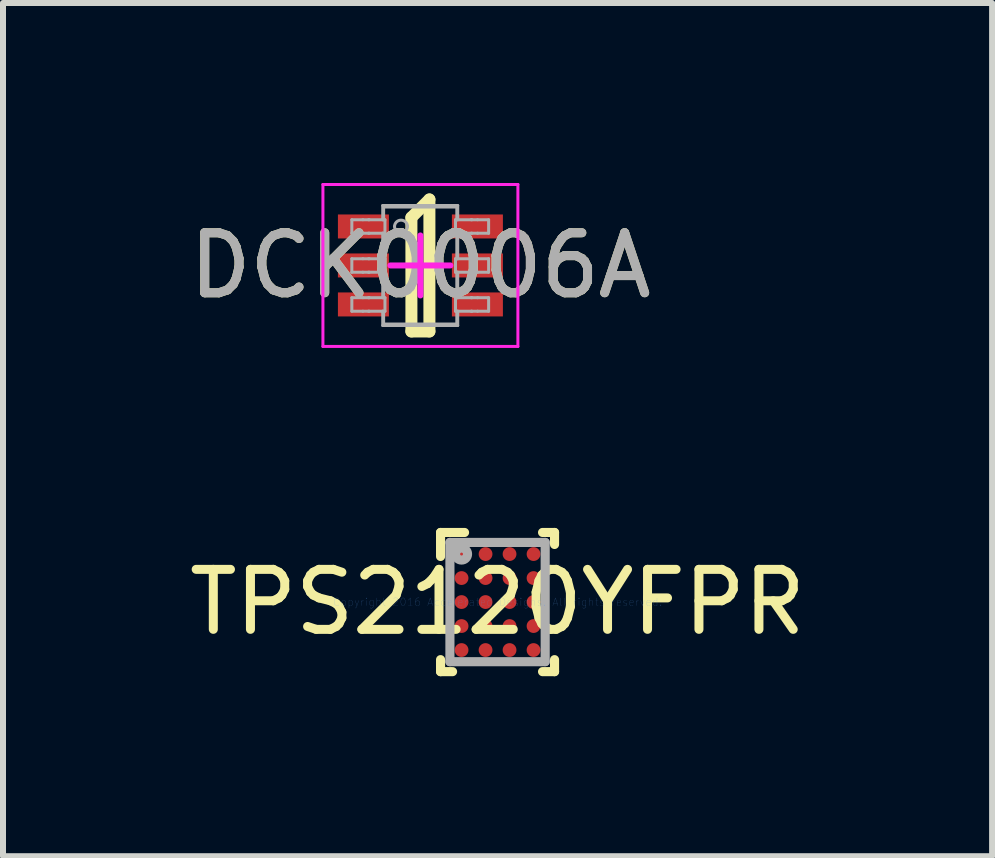
<source format=kicad_pcb>
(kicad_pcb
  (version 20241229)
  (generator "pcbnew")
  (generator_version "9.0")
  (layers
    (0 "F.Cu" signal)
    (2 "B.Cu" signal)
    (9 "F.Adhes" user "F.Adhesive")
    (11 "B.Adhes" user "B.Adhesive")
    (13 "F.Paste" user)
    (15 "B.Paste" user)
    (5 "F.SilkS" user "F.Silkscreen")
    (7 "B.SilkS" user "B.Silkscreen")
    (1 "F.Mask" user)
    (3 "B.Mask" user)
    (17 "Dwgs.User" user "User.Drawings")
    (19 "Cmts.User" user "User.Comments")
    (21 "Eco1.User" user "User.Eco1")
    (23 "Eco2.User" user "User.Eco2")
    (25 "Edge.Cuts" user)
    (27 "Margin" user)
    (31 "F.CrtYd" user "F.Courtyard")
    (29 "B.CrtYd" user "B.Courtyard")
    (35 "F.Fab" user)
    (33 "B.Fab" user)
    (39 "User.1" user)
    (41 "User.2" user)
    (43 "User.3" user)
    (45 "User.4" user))
  (footprint "TPS2120YFPR"
    (layer "F.Cu")
    (at 5.244 6.986)
    (property "Reference" "TPS2120YFPR" (at 0 0 0) (layer "F.SilkS") (effects (font (size 1 1) (thickness 0.15))))
    (attr through_hole)
    (fp_line (start -0.95 -1.16) (end -0.55 -1.16) (stroke (width 0.152) (type solid)) (layer "F.SilkS"))
    (fp_line (start -0.95 -0.76) (end -0.95 -1.16) (stroke (width 0.152) (type solid)) (layer "F.SilkS"))
    (fp_line (start -0.95 1.16) (end -0.95 0.96) (stroke (width 0.152) (type solid)) (layer "F.SilkS"))
    (fp_line (start -0.95 1.16) (end -0.75 1.16) (stroke (width 0.152) (type solid)) (layer "F.SilkS"))
    (fp_line (start 0.75 -1.16) (end 0.95 -1.16) (stroke (width 0.152) (type solid)) (layer "F.SilkS"))
    (fp_line (start 0.75 1.16) (end 0.95 1.16) (stroke (width 0.152) (type solid)) (layer "F.SilkS"))
    (fp_line (start 0.95 -0.96) (end 0.95 -1.16) (stroke (width 0.152) (type solid)) (layer "F.SilkS"))
    (fp_line (start 0.95 1.16) (end 0.95 0.96) (stroke (width 0.152) (type solid)) (layer "F.SilkS"))
    (fp_line (start -0.794 -0.994) (end 0.794 -0.994) (stroke (width 0.152) (type solid)) (layer "F.Fab"))
    (fp_line (start -0.794 0.994) (end -0.794 -0.994) (stroke (width 0.152) (type solid)) (layer "F.Fab"))
    (fp_line (start -0.794 0.994) (end 0.794 0.994) (stroke (width 0.152) (type solid)) (layer "F.Fab"))
    (fp_line (start 0.794 0.994) (end 0.794 -0.994) (stroke (width 0.152) (type solid)) (layer "F.Fab"))
    (fp_circle (center -0.6 -0.8) (end -0.5 -0.8) (stroke (width 0.152) (type solid)) (fill no) (layer "F.Fab"))
    (fp_text user "Copyright 2016 Accelerated Designs. All rights reserved." (at 0 0 0) (layer "Cmts.User") (effects (font (size 0.127 0.127) (thickness 0.002))))
    (pad "A1" smd circle (at -0.6 -0.8) (size 0.23 0.23) (layers "F.Cu" "F.Mask" "F.Paste"))
    (pad "A2" smd circle (at -0.2 -0.8) (size 0.23 0.23) (layers "F.Cu" "F.Mask" "F.Paste"))
    (pad "A3" smd circle (at 0.2 -0.8) (size 0.23 0.23) (layers "F.Cu" "F.Mask" "F.Paste"))
    (pad "A4" smd circle (at 0.6 -0.8) (size 0.23 0.23) (layers "F.Cu" "F.Mask" "F.Paste"))
    (pad "B1" smd circle (at -0.6 -0.4) (size 0.23 0.23) (layers "F.Cu" "F.Mask" "F.Paste"))
    (pad "B2" smd circle (at -0.2 -0.4) (size 0.23 0.23) (layers "F.Cu" "F.Mask" "F.Paste"))
    (pad "B3" smd circle (at 0.2 -0.4) (size 0.23 0.23) (layers "F.Cu" "F.Mask" "F.Paste"))
    (pad "B4" smd circle (at 0.6 -0.4) (size 0.23 0.23) (layers "F.Cu" "F.Mask" "F.Paste"))
    (pad "C1" smd circle (at -0.6 0) (size 0.23 0.23) (layers "F.Cu" "F.Mask" "F.Paste"))
    (pad "C2" smd circle (at -0.2 0) (size 0.23 0.23) (layers "F.Cu" "F.Mask" "F.Paste"))
    (pad "C3" smd circle (at 0.2 0) (size 0.23 0.23) (layers "F.Cu" "F.Mask" "F.Paste"))
    (pad "C4" smd circle (at 0.6 0) (size 0.23 0.23) (layers "F.Cu" "F.Mask" "F.Paste"))
    (pad "D1" smd circle (at -0.6 0.4) (size 0.23 0.23) (layers "F.Cu" "F.Mask" "F.Paste"))
    (pad "D2" smd circle (at -0.2 0.4) (size 0.23 0.23) (layers "F.Cu" "F.Mask" "F.Paste"))
    (pad "D3" smd circle (at 0.2 0.4) (size 0.23 0.23) (layers "F.Cu" "F.Mask" "F.Paste"))
    (pad "D4" smd circle (at 0.6 0.4) (size 0.23 0.23) (layers "F.Cu" "F.Mask" "F.Paste"))
    (pad "E1" smd circle (at -0.6 0.8) (size 0.23 0.23) (layers "F.Cu" "F.Mask" "F.Paste"))
    (pad "E2" smd circle (at -0.2 0.8) (size 0.23 0.23) (layers "F.Cu" "F.Mask" "F.Paste"))
    (pad "E3" smd circle (at 0.2 0.8) (size 0.23 0.23) (layers "F.Cu" "F.Mask" "F.Paste"))
    (pad "E4" smd circle (at 0.6 0.8) (size 0.23 0.23) (layers "F.Cu" "F.Mask" "F.Paste")))
  (footprint "DCK0006A"
    (layer "F.Cu")
    (at 3.958 1.375)
    (property "Reference" "DCK0006A" (at 0 0 0) (unlocked yes) (layer "F.SilkS") (effects (font (size 1 1) (thickness 0.15))))
    (attr smd)
    (fp_line (start -0.15 -0.8) (end 0.15 -1.1) (stroke (width 0.2) (type solid)) (layer "F.SilkS"))
    (fp_line (start -0.15 1.1) (end -0.15 -0.8) (stroke (width 0.2) (type solid)) (layer "F.SilkS"))
    (fp_line (start -0.15 1.1) (end 0.15 1.1) (stroke (width 0.2) (type solid)) (layer "F.SilkS"))
    (fp_line (start 0.15 1.1) (end 0.15 -1.1) (stroke (width 0.2) (type solid)) (layer "F.SilkS"))
    (fp_line (start -1.625 -1.35) (end 1.625 -1.35) (stroke (width 0.05) (type solid)) (layer "F.CrtYd"))
    (fp_line (start -1.625 1.35) (end -1.625 -1.35) (stroke (width 0.05) (type solid)) (layer "F.CrtYd"))
    (fp_line (start -1.625 1.35) (end 1.625 1.35) (stroke (width 0.05) (type solid)) (layer "F.CrtYd"))
    (fp_line (start -0.5 0) (end 0.5 0) (stroke (width 0.1) (type solid)) (layer "F.CrtYd"))
    (fp_line (start 0.000003 0.5) (end 0.000003 -0.5) (stroke (width 0.1) (type solid)) (layer "F.CrtYd"))
    (fp_line (start 1.625 1.35) (end 1.625 -1.35) (stroke (width 0.05) (type solid)) (layer "F.CrtYd"))
    (fp_line (start -1.143 -0.762) (end -0.959 -0.762) (stroke (width 0.05) (type solid)) (layer "F.Fab"))
    (fp_line (start -1.143 -0.537) (end -1.143 -0.762) (stroke (width 0.05) (type solid)) (layer "F.Fab"))
    (fp_line (start -1.143 -0.537) (end -0.959 -0.537) (stroke (width 0.05) (type solid)) (layer "F.Fab"))
    (fp_line (start -1.143 -0.112) (end -0.959 -0.112) (stroke (width 0.05) (type solid)) (layer "F.Fab"))
    (fp_line (start -1.143 0.113) (end -1.143 -0.112) (stroke (width 0.05) (type solid)) (layer "F.Fab"))
    (fp_line (start -1.143 0.113) (end -0.959 0.113) (stroke (width 0.05) (type solid)) (layer "F.Fab"))
    (fp_line (start -1.143 0.538) (end -0.959 0.538) (stroke (width 0.05) (type solid)) (layer "F.Fab"))
    (fp_line (start -1.143 0.763) (end -1.143 0.538) (stroke (width 0.05) (type solid)) (layer "F.Fab"))
    (fp_line (start -1.143 0.763) (end -0.959 0.763) (stroke (width 0.05) (type solid)) (layer "F.Fab"))
    (fp_line (start -0.959 -0.762) (end -0.865 -0.762) (stroke (width 0.05) (type solid)) (layer "F.Fab"))
    (fp_line (start -0.959 -0.537) (end -0.865 -0.537) (stroke (width 0.05) (type solid)) (layer "F.Fab"))
    (fp_line (start -0.959 -0.112) (end -0.865 -0.112) (stroke (width 0.05) (type solid)) (layer "F.Fab"))
    (fp_line (start -0.959 0.113) (end -0.865 0.113) (stroke (width 0.05) (type solid)) (layer "F.Fab"))
    (fp_line (start -0.959 0.538) (end -0.865 0.538) (stroke (width 0.05) (type solid)) (layer "F.Fab"))
    (fp_line (start -0.959 0.763) (end -0.865 0.763) (stroke (width 0.05) (type solid)) (layer "F.Fab"))
    (fp_line (start -0.865 -0.762) (end -0.853 -0.762) (stroke (width 0.05) (type solid)) (layer "F.Fab"))
    (fp_line (start -0.865 -0.537) (end -0.853 -0.537) (stroke (width 0.05) (type solid)) (layer "F.Fab"))
    (fp_line (start -0.865 -0.112) (end -0.853 -0.112) (stroke (width 0.05) (type solid)) (layer "F.Fab"))
    (fp_line (start -0.865 0.113) (end -0.853 0.113) (stroke (width 0.05) (type solid)) (layer "F.Fab"))
    (fp_line (start -0.865 0.538) (end -0.853 0.538) (stroke (width 0.05) (type solid)) (layer "F.Fab"))
    (fp_line (start -0.865 0.763) (end -0.853 0.763) (stroke (width 0.05) (type solid)) (layer "F.Fab"))
    (fp_line (start -0.853 -0.762) (end -0.628 -0.762) (stroke (width 0.05) (type solid)) (layer "F.Fab"))
    (fp_line (start -0.853 -0.537) (end -0.628 -0.537) (stroke (width 0.05) (type solid)) (layer "F.Fab"))
    (fp_line (start -0.853 -0.112) (end -0.628 -0.112) (stroke (width 0.05) (type solid)) (layer "F.Fab"))
    (fp_line (start -0.853 0.113) (end -0.628 0.113) (stroke (width 0.05) (type solid)) (layer "F.Fab"))
    (fp_line (start -0.853 0.538) (end -0.628 0.538) (stroke (width 0.05) (type solid)) (layer "F.Fab"))
    (fp_line (start -0.853 0.763) (end -0.628 0.763) (stroke (width 0.05) (type solid)) (layer "F.Fab"))
    (fp_line (start -0.628 -0.999) (end 0.622 -0.999) (stroke (width 0.05) (type solid)) (layer "F.Fab"))
    (fp_line (start -0.628 -0.762) (end -0.628 -0.999) (stroke (width 0.05) (type solid)) (layer "F.Fab"))
    (fp_line (start -0.628 -0.762) (end -0.591 -0.762) (stroke (width 0.05) (type solid)) (layer "F.Fab"))
    (fp_line (start -0.628 -0.537) (end -0.591 -0.537) (stroke (width 0.05) (type solid)) (layer "F.Fab"))
    (fp_line (start -0.628 -0.112) (end -0.628 -0.537) (stroke (width 0.05) (type solid)) (layer "F.Fab"))
    (fp_line (start -0.628 -0.112) (end -0.591 -0.112) (stroke (width 0.05) (type solid)) (layer "F.Fab"))
    (fp_line (start -0.628 0.113) (end -0.591 0.113) (stroke (width 0.05) (type solid)) (layer "F.Fab"))
    (fp_line (start -0.628 0.538) (end -0.628 0.113) (stroke (width 0.05) (type solid)) (layer "F.Fab"))
    (fp_line (start -0.628 0.538) (end -0.591 0.538) (stroke (width 0.05) (type solid)) (layer "F.Fab"))
    (fp_line (start -0.628 0.763) (end -0.591 0.763) (stroke (width 0.05) (type solid)) (layer "F.Fab"))
    (fp_line (start -0.628 1.001) (end -0.628 0.763) (stroke (width 0.05) (type solid)) (layer "F.Fab"))
    (fp_line (start -0.628 1.001) (end 0.622 1.001) (stroke (width 0.05) (type solid)) (layer "F.Fab"))
    (fp_line (start -0.613 -0.974) (end 0.607 -0.974) (stroke (width 0.05) (type solid)) (layer "F.Fab"))
    (fp_line (start -0.613 -0.762) (end -0.613 -0.974) (stroke (width 0.05) (type solid)) (layer "F.Fab"))
    (fp_line (start -0.613 -0.112) (end -0.613 -0.537) (stroke (width 0.05) (type solid)) (layer "F.Fab"))
    (fp_line (start -0.613 0.538) (end -0.613 0.113) (stroke (width 0.05) (type solid)) (layer "F.Fab"))
    (fp_line (start -0.613 0.976) (end -0.613 0.763) (stroke (width 0.05) (type solid)) (layer "F.Fab"))
    (fp_line (start -0.613 0.976) (end 0.607 0.976) (stroke (width 0.05) (type solid)) (layer "F.Fab"))
    (fp_line (start -0.591 -0.537) (end -0.591 -0.762) (stroke (width 0.05) (type solid)) (layer "F.Fab"))
    (fp_line (start -0.591 0.113) (end -0.591 -0.112) (stroke (width 0.05) (type solid)) (layer "F.Fab"))
    (fp_line (start -0.591 0.763) (end -0.591 0.538) (stroke (width 0.05) (type solid)) (layer "F.Fab"))
    (fp_line (start 0.585 -0.762) (end 0.622 -0.762) (stroke (width 0.05) (type solid)) (layer "F.Fab"))
    (fp_line (start 0.585 -0.537) (end 0.585 -0.762) (stroke (width 0.05) (type solid)) (layer "F.Fab"))
    (fp_line (start 0.585 -0.537) (end 0.622 -0.537) (stroke (width 0.05) (type solid)) (layer "F.Fab"))
    (fp_line (start 0.585 -0.112) (end 0.622 -0.112) (stroke (width 0.05) (type solid)) (layer "F.Fab"))
    (fp_line (start 0.585 0.113) (end 0.585 -0.112) (stroke (width 0.05) (type solid)) (layer "F.Fab"))
    (fp_line (start 0.585 0.113) (end 0.622 0.113) (stroke (width 0.05) (type solid)) (layer "F.Fab"))
    (fp_line (start 0.585 0.538) (end 0.622 0.538) (stroke (width 0.05) (type solid)) (layer "F.Fab"))
    (fp_line (start 0.585 0.763) (end 0.585 0.538) (stroke (width 0.05) (type solid)) (layer "F.Fab"))
    (fp_line (start 0.585 0.763) (end 0.622 0.763) (stroke (width 0.05) (type solid)) (layer "F.Fab"))
    (fp_line (start 0.607 -0.762) (end 0.607 -0.974) (stroke (width 0.05) (type solid)) (layer "F.Fab"))
    (fp_line (start 0.607 -0.112) (end 0.607 -0.537) (stroke (width 0.05) (type solid)) (layer "F.Fab"))
    (fp_line (start 0.607 0.538) (end 0.607 0.113) (stroke (width 0.05) (type solid)) (layer "F.Fab"))
    (fp_line (start 0.607 0.976) (end 0.607 0.763) (stroke (width 0.05) (type solid)) (layer "F.Fab"))
    (fp_line (start 0.622 -0.762) (end 0.622 -0.999) (stroke (width 0.05) (type solid)) (layer "F.Fab"))
    (fp_line (start 0.622 -0.762) (end 0.847 -0.762) (stroke (width 0.05) (type solid)) (layer "F.Fab"))
    (fp_line (start 0.622 -0.537) (end 0.847 -0.537) (stroke (width 0.05) (type solid)) (layer "F.Fab"))
    (fp_line (start 0.622 -0.112) (end 0.622 -0.537) (stroke (width 0.05) (type solid)) (layer "F.Fab"))
    (fp_line (start 0.622 -0.112) (end 0.847 -0.112) (stroke (width 0.05) (type solid)) (layer "F.Fab"))
    (fp_line (start 0.622 0.113) (end 0.847 0.113) (stroke (width 0.05) (type solid)) (layer "F.Fab"))
    (fp_line (start 0.622 0.538) (end 0.622 0.113) (stroke (width 0.05) (type solid)) (layer "F.Fab"))
    (fp_line (start 0.622 0.538) (end 0.847 0.538) (stroke (width 0.05) (type solid)) (layer "F.Fab"))
    (fp_line (start 0.622 0.763) (end 0.847 0.763) (stroke (width 0.05) (type solid)) (layer "F.Fab"))
    (fp_line (start 0.622 1.001) (end 0.622 0.763) (stroke (width 0.05) (type solid)) (layer "F.Fab"))
    (fp_line (start 0.847 -0.762) (end 0.859 -0.762) (stroke (width 0.05) (type solid)) (layer "F.Fab"))
    (fp_line (start 0.847 -0.537) (end 0.859 -0.537) (stroke (width 0.05) (type solid)) (layer "F.Fab"))
    (fp_line (start 0.847 -0.112) (end 0.859 -0.112) (stroke (width 0.05) (type solid)) (layer "F.Fab"))
    (fp_line (start 0.847 0.113) (end 0.859 0.113) (stroke (width 0.05) (type solid)) (layer "F.Fab"))
    (fp_line (start 0.847 0.538) (end 0.859 0.538) (stroke (width 0.05) (type solid)) (layer "F.Fab"))
    (fp_line (start 0.847 0.763) (end 0.859 0.763) (stroke (width 0.05) (type solid)) (layer "F.Fab"))
    (fp_line (start 0.859 -0.762) (end 0.953 -0.762) (stroke (width 0.05) (type solid)) (layer "F.Fab"))
    (fp_line (start 0.859 -0.537) (end 0.953 -0.537) (stroke (width 0.05) (type solid)) (layer "F.Fab"))
    (fp_line (start 0.859 -0.112) (end 0.953 -0.112) (stroke (width 0.05) (type solid)) (layer "F.Fab"))
    (fp_line (start 0.859 0.113) (end 0.953 0.113) (stroke (width 0.05) (type solid)) (layer "F.Fab"))
    (fp_line (start 0.859 0.538) (end 0.953 0.538) (stroke (width 0.05) (type solid)) (layer "F.Fab"))
    (fp_line (start 0.859 0.763) (end 0.953 0.763) (stroke (width 0.05) (type solid)) (layer "F.Fab"))
    (fp_line (start 0.953 -0.762) (end 1.137 -0.762) (stroke (width 0.05) (type solid)) (layer "F.Fab"))
    (fp_line (start 0.953 -0.537) (end 1.137 -0.537) (stroke (width 0.05) (type solid)) (layer "F.Fab"))
    (fp_line (start 0.953 -0.112) (end 1.137 -0.112) (stroke (width 0.05) (type solid)) (layer "F.Fab"))
    (fp_line (start 0.953 0.113) (end 1.137 0.113) (stroke (width 0.05) (type solid)) (layer "F.Fab"))
    (fp_line (start 0.953 0.538) (end 1.137 0.538) (stroke (width 0.05) (type solid)) (layer "F.Fab"))
    (fp_line (start 0.953 0.763) (end 1.137 0.763) (stroke (width 0.05) (type solid)) (layer "F.Fab"))
    (fp_line (start 1.137 -0.537) (end 1.137 -0.762) (stroke (width 0.05) (type solid)) (layer "F.Fab"))
    (fp_line (start 1.137 0.113) (end 1.137 -0.112) (stroke (width 0.05) (type solid)) (layer "F.Fab"))
    (fp_line (start 1.137 0.763) (end 1.137 0.538) (stroke (width 0.05) (type solid)) (layer "F.Fab"))
    (fp_arc (start -0.431546 -0.650138) (mid -0.323177 -0.758507) (end -0.214808 -0.650138) (stroke (width 0.05) (type solid)) (layer "F.Fab"))
    (fp_arc (start -0.214808 -0.650138) (mid -0.323177 -0.541769) (end -0.431546 -0.650138) (stroke (width 0.05) (type solid)) (layer "F.Fab"))
    (fp_text user "${REFERENCE}" (at 0 0 0) (unlocked yes) (layer "F.Fab") (effects (font (size 1 1) (thickness 0.15))))
    (pad "1" smd rect (at -0.95 -0.65 90) (size 0.4 0.85) (layers "F.Cu" "F.Mask" "F.Paste"))
    (pad "2" smd rect (at -0.95 0 90) (size 0.4 0.85) (layers "F.Cu" "F.Mask" "F.Paste"))
    (pad "3" smd rect (at -0.95 0.65 90) (size 0.4 0.85) (layers "F.Cu" "F.Mask" "F.Paste"))
    (pad "4" smd rect (at 0.95 0.65 90) (size 0.4 0.85) (layers "F.Cu" "F.Mask" "F.Paste"))
    (pad "5" smd rect (at 0.95 0 90) (size 0.4 0.85) (layers "F.Cu" "F.Mask" "F.Paste"))
    (pad "6" smd rect (at 0.95 -0.65 90) (size 0.4 0.85) (layers "F.Cu" "F.Mask" "F.Paste")))
  (gr_rect
    (start -3 -3)
    (end 13.488 11.222)
    (stroke (width 0.1) (type default))
    (fill no)
    (layer "Edge.Cuts")))
</source>
